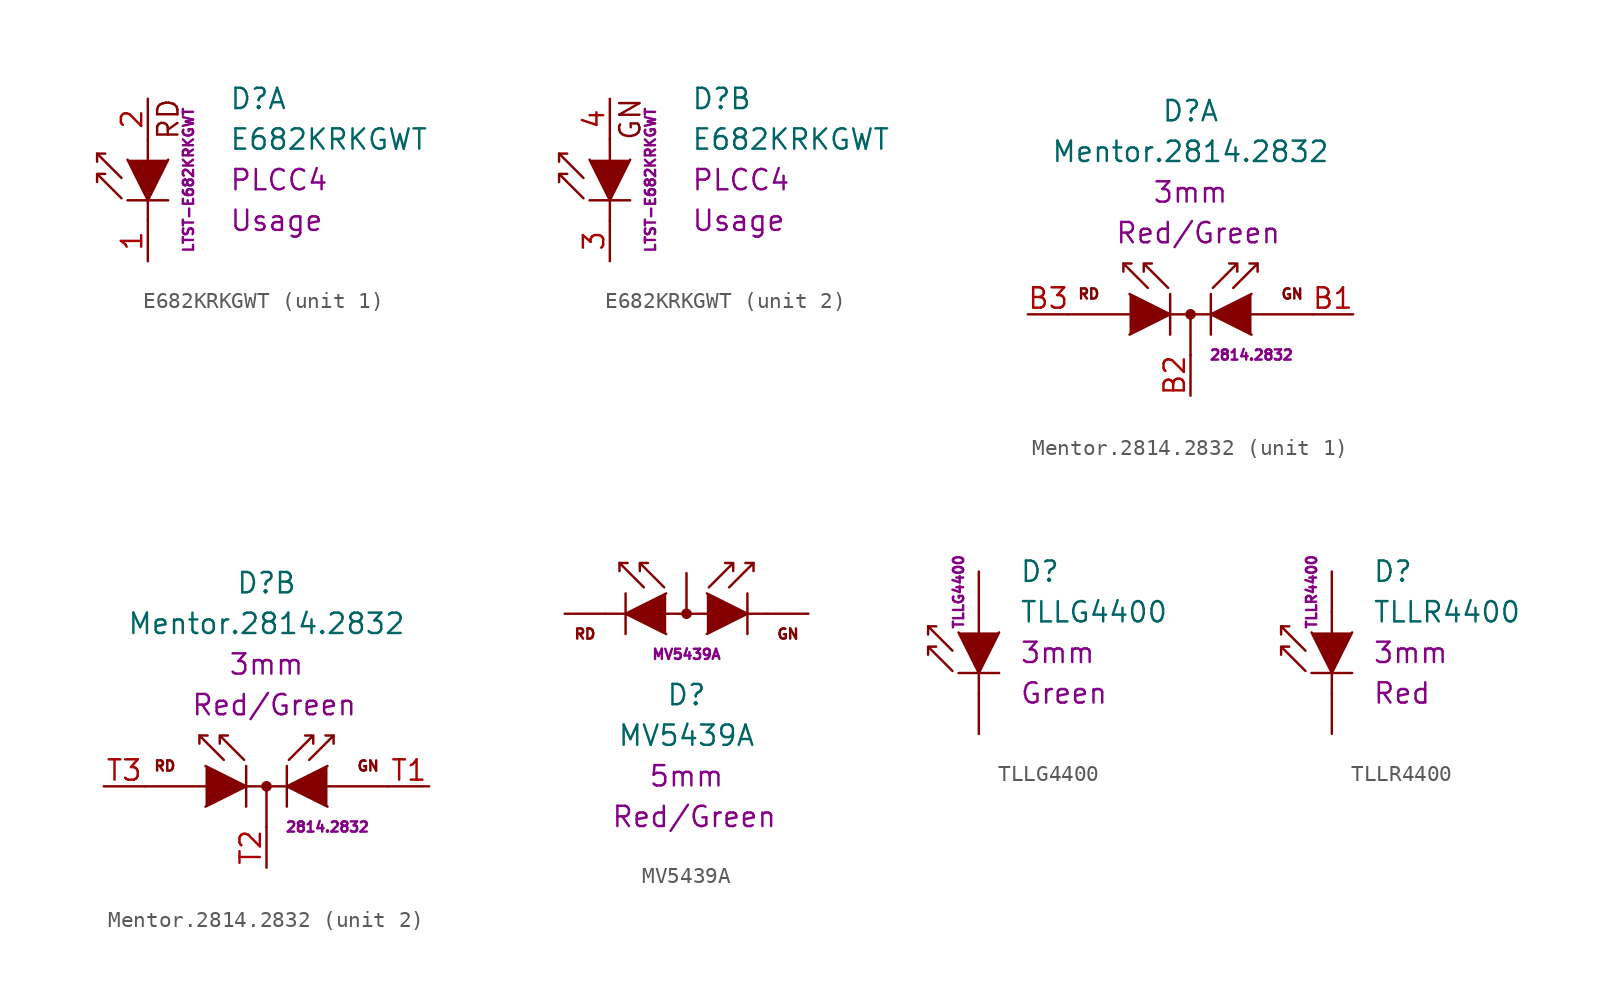
<source format=kicad_sym>
(kicad_symbol_lib
  (version 20220914)
  (generator kicad_symbol_editor)
  (symbol "E682KRKGWT"
    (pin_names
      (offset 1.016) hide)
    (property "Reference" "D"
      (at 5.08 5.08 0)
      (effects (font (size 1.27 1.27)) (justify left)))
    (property "Value" "E682KRKGWT"
      (at 5.08 2.54 0)
      (effects (font (size 1.27 1.27)) (justify left)))
    (property "Package" "PLCC4"
      (at 5.08 0 0)
      (effects (font (size 1.27 1.27)) (justify left)))
    (property "MPN" "LTST-E682KRKGWT"
      (at 2.54 0 90)
      (effects (font (size 0.635 0.635))))
    (property "Usage" "Usage"
      (at 5.08 -2.54 0)
      (effects (font (size 1.27 1.27)) (justify left)))
    (symbol "E682KRKGWT_0_1"
      (polyline (pts (xy -3.175 1.651) (xy -3.175 1.143)) (stroke (width 0) (type default)) (fill (type none)))
      (polyline (pts (xy -1.27 -1.27) (xy 1.27 -1.27)) (stroke (width 0.152) (type default)) (fill (type none)))
      (polyline (pts (xy 0 -2.54) (xy 0 -1.27)) (stroke (width 0) (type default)) (fill (type none)))
      (polyline (pts (xy 0 1.27) (xy 0 2.54)) (stroke (width 0) (type default)) (fill (type none)))
      (polyline (pts (xy -1.651 0.127) (xy -3.175 1.651) (xy -2.667 1.651)) (stroke (width 0) (type default)) (fill (type none)))
      (polyline (pts (xy -1.27 1.27) (xy 0 -1.27) (xy 1.27 1.27)) (stroke (width 0) (type default)) (fill (type outline)))
      (polyline (pts (xy -1.651 -1.143) (xy -3.175 0.381) (xy -2.667 0.381) (xy -3.175 0.381) (xy -3.175 -0.127)) (stroke (width 0) (type default)) (fill (type none))))
    (symbol "E682KRKGWT_1_0"
      (text "RD" (at 1.27 3.81 900) (effects (font (size 1.27 1.27)))))
    (symbol "E682KRKGWT_1_1"
      (pin passive line (at 0 -5.08 90) (length 2.54) (name "Rd-C" (effects (font (size 1.27 1.27)))) (number "1" (effects (font (size 1.27 1.27)))))
      (pin passive line (at 0 5.08 270) (length 2.54) (name "Rd-A" (effects (font (size 1.27 1.27)))) (number "2" (effects (font (size 1.27 1.27))))))
    (symbol "E682KRKGWT_2_0"
      (text "GN" (at 1.27 3.81 900) (effects (font (size 1.27 1.27)))))
    (symbol "E682KRKGWT_2_1"
      (pin passive line (at 0 -5.08 90) (length 2.54) (name "Gn-C" (effects (font (size 1.27 1.27)))) (number "3" (effects (font (size 1.27 1.27)))))
      (pin passive line (at 0 5.08 270) (length 2.54) (name "Gn-A" (effects (font (size 1.27 1.27)))) (number "4" (effects (font (size 1.27 1.27)))))))
  (symbol "Mentor.2814.2832"
    (pin_names
      (offset 1.016) hide)
    (property "Reference" "D"
      (at 0 12.7 0)
      (effects (font (size 1.27 1.27))))
    (property "Value" "Mentor.2814.2832"
      (at 0 10.16 0)
      (effects (font (size 1.27 1.27))))
    (property "Package" "3mm"
      (at 0 7.62 0)
      (effects (font (size 1.27 1.27))))
    (property "Color" " Red/Green"
      (at 0 5.08 0)
      (effects (font (size 1.27 1.27))))
    (property "MPN" "2814.2832"
      (at 3.81 -2.54 0)
      (effects (font (size 0.635 0.635))))
    (symbol "Mentor.2814.2832_0_0"
      (text "GN" (at 6.35 1.27 0) (effects (font (size 0.635 0.635))))
      (text "RD" (at -6.35 1.27 0) (effects (font (size 0.635 0.635)))))
    (symbol "Mentor.2814.2832_0_1"
      (polyline (pts (xy -4.191 3.175) (xy -3.683 3.175)) (stroke (width 0) (type default)) (fill (type none)))
      (polyline (pts (xy -3.81 0) (xy -7.62 0)) (stroke (width 0) (type default)) (fill (type none)))
      (polyline (pts (xy -1.27 1.27) (xy -1.27 -1.27)) (stroke (width 0.152) (type default)) (fill (type none)))
      (polyline (pts (xy 0 0) (xy -1.27 0)) (stroke (width 0) (type default)) (fill (type none)))
      (polyline (pts (xy 0 0) (xy 0 -2.54)) (stroke (width 0) (type default)) (fill (type none)))
      (polyline (pts (xy 0 0) (xy 1.27 0)) (stroke (width 0) (type default)) (fill (type none)))
      (polyline (pts (xy 1.27 1.27) (xy 1.27 -1.27)) (stroke (width 0.152) (type default)) (fill (type none)))
      (polyline (pts (xy 3.81 0) (xy 7.62 0)) (stroke (width 0) (type default)) (fill (type none)))
      (polyline (pts (xy 4.191 3.175) (xy 3.683 3.175)) (stroke (width 0) (type default)) (fill (type none)))
      (polyline (pts (xy -3.81 1.27) (xy -1.27 0) (xy -3.81 -1.27)) (stroke (width 0) (type default)) (fill (type outline)))
      (polyline (pts (xy -2.667 1.651) (xy -4.191 3.175) (xy -4.191 2.667)) (stroke (width 0) (type default)) (fill (type none)))
      (polyline (pts (xy 2.667 1.651) (xy 4.191 3.175) (xy 4.191 2.667)) (stroke (width 0) (type default)) (fill (type none)))
      (polyline (pts (xy 3.81 1.27) (xy 1.27 0) (xy 3.81 -1.27)) (stroke (width 0) (type default)) (fill (type outline)))
      (polyline (pts (xy -1.397 1.651) (xy -2.921 3.175) (xy -2.921 2.667) (xy -2.921 3.175) (xy -2.413 3.175)) (stroke (width 0) (type default)) (fill (type none)))
      (polyline (pts (xy 1.397 1.651) (xy 2.921 3.175) (xy 2.921 2.667) (xy 2.921 3.175) (xy 2.413 3.175)) (stroke (width 0) (type default)) (fill (type none)))
      (circle (center 0 0) (radius 0.254) (stroke (width 0) (type default)) (fill (type outline))))
    (symbol "Mentor.2814.2832_1_1"
      (pin passive line (at 10.16 0 180) (length 2.54) (name "BOT.A.GN" (effects (font (size 1.27 1.27)))) (number "B1" (effects (font (size 1.27 1.27)))))
      (pin passive line (at 0 -5.08 90) (length 2.54) (name "BOT.C" (effects (font (size 1.27 1.27)))) (number "B2" (effects (font (size 1.27 1.27)))))
      (pin passive line (at -10.16 0 0) (length 2.54) (name "BOT.A.RD" (effects (font (size 1.27 1.27)))) (number "B3" (effects (font (size 1.27 1.27))))))
    (symbol "Mentor.2814.2832_2_1"
      (pin passive line (at 10.16 0 180) (length 2.54) (name "TOP.A.GN" (effects (font (size 1.27 1.27)))) (number "T1" (effects (font (size 1.27 1.27)))))
      (pin passive line (at 0 -5.08 90) (length 2.54) (name "TOP.C" (effects (font (size 1.27 1.27)))) (number "T2" (effects (font (size 1.27 1.27)))))
      (pin passive line (at -10.16 0 0) (length 2.54) (name "TOP.A.RD" (effects (font (size 1.27 1.27)))) (number "T3" (effects (font (size 1.27 1.27)))))))
  (symbol "MV5439A"
    (pin_numbers hide)
    (pin_names
      (offset 1.016) hide)
    (property "Reference" "D"
      (at 0 -5.08 0)
      (effects (font (size 1.27 1.27))))
    (property "Value" "MV5439A"
      (at 0 -7.62 0)
      (effects (font (size 1.27 1.27))))
    (property "Package" "5mm"
      (at 0 -10.16 0)
      (effects (font (size 1.27 1.27))))
    (property "Color" " Red/Green"
      (at 0 -12.7 0)
      (effects (font (size 1.27 1.27))))
    (property "MPN" "MV5439A"
      (at 0 -2.54 0)
      (effects (font (size 0.635 0.635))))
    (symbol "MV5439A_0_0"
      (text "GN" (at 6.35 -1.27 0) (effects (font (size 0.635 0.635))))
      (text "RD" (at -6.35 -1.27 0) (effects (font (size 0.635 0.635)))))
    (symbol "MV5439A_0_1"
      (polyline (pts (xy -5.08 0) (xy -3.81 0)) (stroke (width 0) (type default)) (fill (type none)))
      (polyline (pts (xy -4.191 3.175) (xy -3.683 3.175)) (stroke (width 0) (type default)) (fill (type none)))
      (polyline (pts (xy -3.81 1.27) (xy -3.81 -1.27)) (stroke (width 0.152) (type default)) (fill (type none)))
      (polyline (pts (xy -1.27 0) (xy 0 0)) (stroke (width 0) (type default)) (fill (type none)))
      (polyline (pts (xy 1.27 0) (xy 0 0)) (stroke (width 0) (type default)) (fill (type none)))
      (polyline (pts (xy 3.81 1.27) (xy 3.81 -1.27)) (stroke (width 0.152) (type default)) (fill (type none)))
      (polyline (pts (xy 4.191 3.175) (xy 3.683 3.175)) (stroke (width 0) (type default)) (fill (type none)))
      (polyline (pts (xy 5.08 0) (xy 3.81 0)) (stroke (width 0) (type default)) (fill (type none)))
      (polyline (pts (xy -2.667 1.651) (xy -4.191 3.175) (xy -4.191 2.667)) (stroke (width 0) (type default)) (fill (type none)))
      (polyline (pts (xy -1.27 1.27) (xy -3.81 0) (xy -1.27 -1.27)) (stroke (width 0) (type default)) (fill (type outline)))
      (polyline (pts (xy 1.27 1.27) (xy 3.81 0) (xy 1.27 -1.27)) (stroke (width 0) (type default)) (fill (type outline)))
      (polyline (pts (xy 2.667 1.651) (xy 4.191 3.175) (xy 4.191 2.667)) (stroke (width 0) (type default)) (fill (type none)))
      (polyline (pts (xy -1.397 1.651) (xy -2.921 3.175) (xy -2.921 2.667) (xy -2.921 3.175) (xy -2.413 3.175)) (stroke (width 0) (type default)) (fill (type none)))
      (polyline (pts (xy 1.397 1.651) (xy 2.921 3.175) (xy 2.921 2.667) (xy 2.921 3.175) (xy 2.413 3.175)) (stroke (width 0) (type default)) (fill (type none)))
      (circle (center 0 0) (radius 0.254) (stroke (width 0) (type default)) (fill (type outline))))
    (symbol "MV5439A_1_1"
      (pin passive line (at -7.62 0 0) (length 2.54) (name "C-RD" (effects (font (size 1.27 1.27)))) (number "1" (effects (font (size 1.27 1.27)))))
      (pin passive line (at 0 2.54 270) (length 2.54) (name "A" (effects (font (size 1.27 1.27)))) (number "2" (effects (font (size 1.27 1.27)))))
      (pin passive line (at 7.62 0 180) (length 2.54) (name "C-GN" (effects (font (size 1.27 1.27)))) (number "3" (effects (font (size 1.27 1.27)))))))
  (symbol "TLLG4400"
    (pin_numbers hide)
    (pin_names
      (offset 1.016) hide)
    (property "Reference" "D"
      (at 2.54 5.08 0)
      (effects (font (size 1.27 1.27)) (justify left)))
    (property "Value" "TLLG4400"
      (at 2.54 2.54 0)
      (effects (font (size 1.27 1.27)) (justify left)))
    (property "Package" "3mm"
      (at 2.54 0 0)
      (effects (font (size 1.27 1.27)) (justify left)))
    (property "Color" "Green"
      (at 2.54 -2.54 0)
      (effects (font (size 1.27 1.27)) (justify left)))
    (property "MPN" "TLLG4400"
      (at -1.27 3.81 90)
      (effects (font (size 0.635 0.635))))
    (symbol "TLLG4400_0_1"
      (polyline (pts (xy -3.175 1.651) (xy -3.175 1.143)) (stroke (width 0) (type default)) (fill (type none)))
      (polyline (pts (xy -1.27 -1.27) (xy 1.27 -1.27)) (stroke (width 0.152) (type default)) (fill (type none)))
      (polyline (pts (xy 0 -2.54) (xy 0 -1.27)) (stroke (width 0) (type default)) (fill (type none)))
      (polyline (pts (xy 0 1.27) (xy 0 2.54)) (stroke (width 0) (type default)) (fill (type none)))
      (polyline (pts (xy -1.651 0.127) (xy -3.175 1.651) (xy -2.667 1.651)) (stroke (width 0) (type default)) (fill (type none)))
      (polyline (pts (xy -1.27 1.27) (xy 0 -1.27) (xy 1.27 1.27)) (stroke (width 0) (type default)) (fill (type outline)))
      (polyline (pts (xy -1.651 -1.143) (xy -3.175 0.381) (xy -2.667 0.381) (xy -3.175 0.381) (xy -3.175 -0.127)) (stroke (width 0) (type default)) (fill (type none))))
    (symbol "TLLG4400_1_1"
      (pin passive line (at 0 -5.08 90) (length 2.54) (name "K" (effects (font (size 1.27 1.27)))) (number "1" (effects (font (size 1.27 1.27)))))
      (pin passive line (at 0 5.08 270) (length 2.54) (name "A" (effects (font (size 1.27 1.27)))) (number "2" (effects (font (size 1.27 1.27)))))))
  (symbol "TLLR4400"
    (pin_numbers hide)
    (pin_names
      (offset 1.016) hide)
    (property "Reference" "D"
      (at 2.54 5.08 0)
      (effects (font (size 1.27 1.27)) (justify left)))
    (property "Value" "TLLR4400"
      (at 2.54 2.54 0)
      (effects (font (size 1.27 1.27)) (justify left)))
    (property "Package" "3mm"
      (at 2.54 0 0)
      (effects (font (size 1.27 1.27)) (justify left)))
    (property "Color" "Red"
      (at 2.54 -2.54 0)
      (effects (font (size 1.27 1.27)) (justify left)))
    (property "MPN" "TLLR4400"
      (at -1.27 3.81 90)
      (effects (font (size 0.635 0.635))))
    (symbol "TLLR4400_0_1"
      (polyline (pts (xy -3.175 1.651) (xy -3.175 1.143)) (stroke (width 0) (type default)) (fill (type none)))
      (polyline (pts (xy -1.27 -1.27) (xy 1.27 -1.27)) (stroke (width 0.152) (type default)) (fill (type none)))
      (polyline (pts (xy 0 -2.54) (xy 0 -1.27)) (stroke (width 0) (type default)) (fill (type none)))
      (polyline (pts (xy 0 1.27) (xy 0 2.54)) (stroke (width 0) (type default)) (fill (type none)))
      (polyline (pts (xy -1.651 0.127) (xy -3.175 1.651) (xy -2.667 1.651)) (stroke (width 0) (type default)) (fill (type none)))
      (polyline (pts (xy -1.27 1.27) (xy 0 -1.27) (xy 1.27 1.27)) (stroke (width 0) (type default)) (fill (type outline)))
      (polyline (pts (xy -1.651 -1.143) (xy -3.175 0.381) (xy -2.667 0.381) (xy -3.175 0.381) (xy -3.175 -0.127)) (stroke (width 0) (type default)) (fill (type none))))
    (symbol "TLLR4400_1_1"
      (pin passive line (at 0 -5.08 90) (length 2.54) (name "K" (effects (font (size 1.27 1.27)))) (number "1" (effects (font (size 1.27 1.27)))))
      (pin passive line (at 0 5.08 270) (length 2.54) (name "A" (effects (font (size 1.27 1.27)))) (number "2" (effects (font (size 1.27 1.27))))))))
</source>
